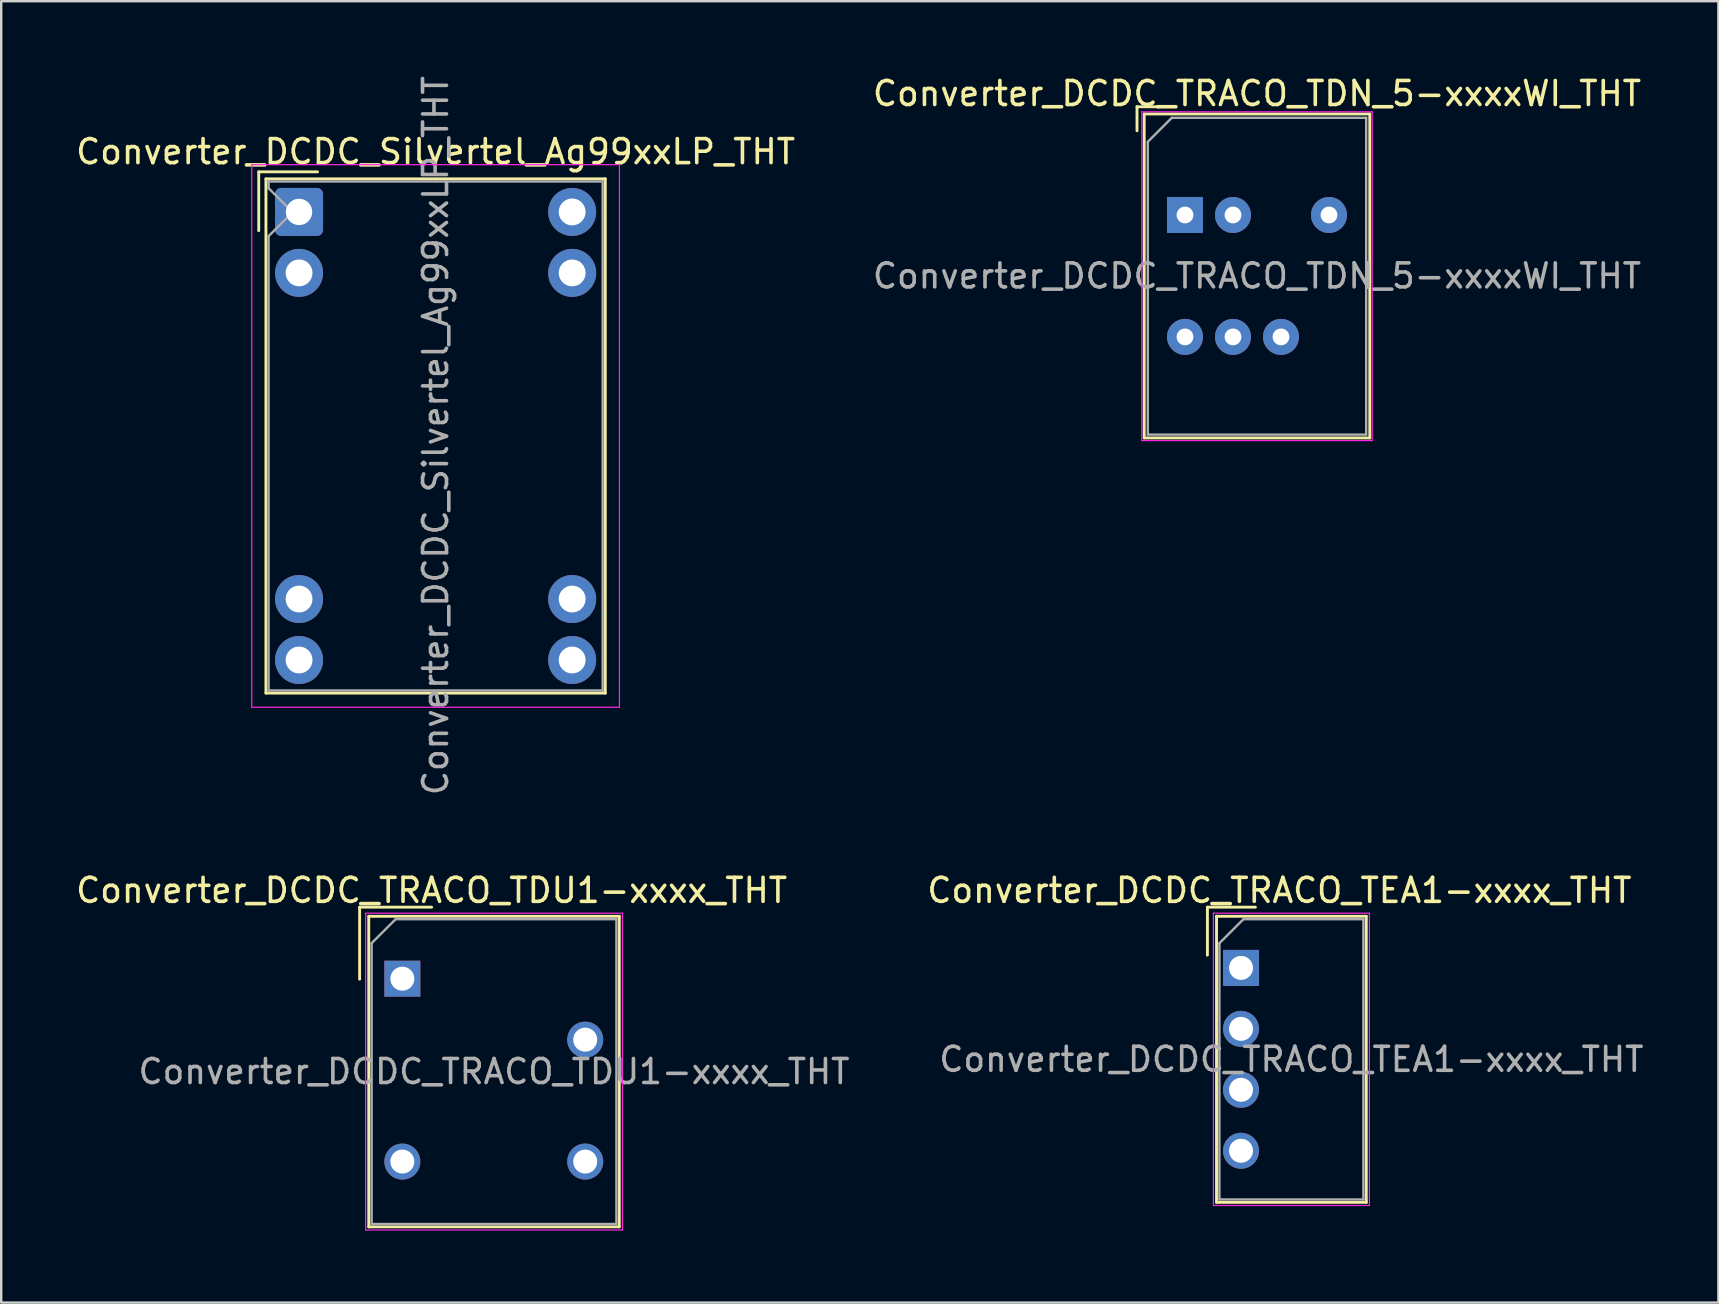
<source format=kicad_pcb>
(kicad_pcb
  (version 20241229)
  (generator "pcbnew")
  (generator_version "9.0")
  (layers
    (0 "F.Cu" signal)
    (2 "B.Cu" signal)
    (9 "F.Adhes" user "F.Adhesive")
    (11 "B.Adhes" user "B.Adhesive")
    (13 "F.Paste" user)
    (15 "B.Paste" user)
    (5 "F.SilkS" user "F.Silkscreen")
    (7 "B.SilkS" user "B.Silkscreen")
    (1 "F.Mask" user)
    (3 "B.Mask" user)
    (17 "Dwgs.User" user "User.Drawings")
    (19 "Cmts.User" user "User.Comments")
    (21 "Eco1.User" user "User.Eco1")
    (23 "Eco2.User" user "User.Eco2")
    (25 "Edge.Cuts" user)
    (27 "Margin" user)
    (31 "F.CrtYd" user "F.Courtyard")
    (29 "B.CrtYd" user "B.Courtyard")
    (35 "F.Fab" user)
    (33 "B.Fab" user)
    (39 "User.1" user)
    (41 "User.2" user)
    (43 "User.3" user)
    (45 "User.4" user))
  (footprint "Converter_DCDC_Silvertel_Ag99xxLP_THT"
    (layer "F.Cu")
    (at 9.411 5.781)
    (property "Reference" "Converter_DCDC_Silvertel_Ag99xxLP_THT" (at 5.69 -2.51 0) (layer "F.SilkS") (effects (font (size 1 1) (thickness 0.15))))
    (attr through_hole)
    (fp_line (start -1.68 -1.67) (end -1.68 0.78) (stroke (width 0.12) (type default)) (layer "F.SilkS"))
    (fp_line (start -1.38 -1.38) (end -1.38 20.05) (stroke (width 0.12) (type solid)) (layer "F.SilkS"))
    (fp_line (start -1.38 -1.38) (end 12.76 -1.38) (stroke (width 0.12) (type solid)) (layer "F.SilkS"))
    (fp_line (start -1.38 20.05) (end 12.76 20.05) (stroke (width 0.12) (type solid)) (layer "F.SilkS"))
    (fp_line (start 0.77 -1.67) (end -1.68 -1.67) (stroke (width 0.12) (type default)) (layer "F.SilkS"))
    (fp_line (start 12.76 -1.38) (end 12.76 20.05) (stroke (width 0.12) (type solid)) (layer "F.SilkS"))
    (fp_line (start -1.97 -1.97) (end -1.97 20.64) (stroke (width 0.05) (type solid)) (layer "F.CrtYd"))
    (fp_line (start -1.97 -1.97) (end 13.35 -1.97) (stroke (width 0.05) (type solid)) (layer "F.CrtYd"))
    (fp_line (start -1.97 20.64) (end 13.35 20.64) (stroke (width 0.05) (type solid)) (layer "F.CrtYd"))
    (fp_line (start 13.35 -1.97) (end 13.35 20.64) (stroke (width 0.05) (type solid)) (layer "F.CrtYd"))
    (fp_line (start -1.31 -1.27) (end 12.65 -1.27) (stroke (width 0.1) (type solid)) (layer "F.Fab"))
    (fp_line (start -1.27 -1.27) (end -1.27 -0.99) (stroke (width 0.1) (type solid)) (layer "F.Fab"))
    (fp_line (start -1.27 -0.99) (end -0.27 0.01) (stroke (width 0.1) (type solid)) (layer "F.Fab"))
    (fp_line (start -1.27 1.01) (end -1.27 19.94) (stroke (width 0.1) (type solid)) (layer "F.Fab"))
    (fp_line (start -1.27 19.94) (end 12.65 19.94) (stroke (width 0.1) (type solid)) (layer "F.Fab"))
    (fp_line (start -0.27 0.01) (end -1.27 1.01) (stroke (width 0.1) (type solid)) (layer "F.Fab"))
    (fp_line (start 12.65 -1.27) (end 12.65 19.94) (stroke (width 0.1) (type solid)) (layer "F.Fab"))
    (fp_text user "${REFERENCE}" (at 5.69 9.32 270) (layer "F.Fab") (effects (font (size 1 1) (thickness 0.15))))
    (pad "1" thru_hole roundrect (at 0 0 270) (size 2 2) (drill 1.1) (layers "*.Cu" "*.Mask") (roundrect_rratio 0.125))
    (pad "2" thru_hole circle (at 0 2.54 270) (size 2 2) (drill 1.12) (layers "*.Cu" "*.Mask"))
    (pad "3" thru_hole circle (at 0 16.13 270) (size 2 2) (drill 1.12) (layers "*.Cu" "*.Mask"))
    (pad "4" thru_hole circle (at 0 18.67 270) (size 2 2) (drill 1.12) (layers "*.Cu" "*.Mask"))
    (pad "5" thru_hole circle (at 11.38 18.67 270) (size 2 2) (drill 1.12) (layers "*.Cu" "*.Mask"))
    (pad "6" thru_hole circle (at 11.38 16.13 270) (size 2 2) (drill 1.12) (layers "*.Cu" "*.Mask"))
    (pad "7" thru_hole circle (at 11.38 2.54 270) (size 2 2) (drill 1.12) (layers "*.Cu" "*.Mask"))
    (pad "8" thru_hole circle (at 11.38 0 270) (size 2 2) (drill 1.12) (layers "*.Cu" "*.Mask"))
    (zone (net_name "") (layers "F.Cu" "Dwgs.User") (name "Underside") (hatch edge 0.5) (connect_pads) (min_thickness 0.25) (filled_areas_thickness no) (keepout (tracks not_allowed) (vias not_allowed) (pads not_allowed) (copperpour not_allowed) (footprints allowed)) (placement (enabled no)) (fill) (polygon (pts (xy 13.431 3.801) (xy 13.431 12.331) (xy 10.121 12.331) (xy 10.121 17.711) (xy 17.231 17.711) (xy 17.231 26.411) (xy 14.231 26.411) (xy 14.231 20.711) (xy 7.121 20.711) (xy 7.121 9.341) (xy 10.431 9.341) (xy 10.431 3.801)))))
  (footprint "Converter_DCDC_TRACO_TDU1-xxxx_THT"
    (layer "F.Cu")
    (at 13.715 37.731)
    (property "Reference" "Converter_DCDC_TRACO_TDU1-xxxx_THT" (at 1.22 -3.68 0) (layer "F.SilkS") (effects (font (size 1 1) (thickness 0.15))))
    (attr through_hole)
    (fp_line (start -1.78 -2.98) (end 1.22 -2.98) (stroke (width 0.12) (type solid)) (layer "F.SilkS"))
    (fp_line (start -1.78 0.02) (end -1.78 -2.98) (stroke (width 0.12) (type solid)) (layer "F.SilkS"))
    (fp_line (start -1.4 -2.6) (end -1.4 10.34) (stroke (width 0.12) (type solid)) (layer "F.SilkS"))
    (fp_line (start -1.4 -2.6) (end 9.04 -2.6) (stroke (width 0.12) (type solid)) (layer "F.SilkS"))
    (fp_line (start -1.4 10.34) (end 9.04 10.34) (stroke (width 0.12) (type solid)) (layer "F.SilkS"))
    (fp_line (start 9.04 -2.6) (end 9.04 10.34) (stroke (width 0.12) (type solid)) (layer "F.SilkS"))
    (fp_line (start -1.53 -2.73) (end -1.53 10.47) (stroke (width 0.05) (type solid)) (layer "F.CrtYd"))
    (fp_line (start -1.53 -2.73) (end 9.17 -2.73) (stroke (width 0.05) (type solid)) (layer "F.CrtYd"))
    (fp_line (start -1.53 10.47) (end 9.17 10.47) (stroke (width 0.05) (type solid)) (layer "F.CrtYd"))
    (fp_line (start 9.17 -2.73) (end 9.17 10.47) (stroke (width 0.05) (type solid)) (layer "F.CrtYd"))
    (fp_line (start -1.28 -1.48) (end -0.28 -2.48) (stroke (width 0.1) (type solid)) (layer "F.Fab"))
    (fp_line (start -1.28 10.22) (end -1.28 -1.48) (stroke (width 0.1) (type solid)) (layer "F.Fab"))
    (fp_line (start -0.28 -2.48) (end 8.92 -2.48) (stroke (width 0.1) (type solid)) (layer "F.Fab"))
    (fp_line (start 8.92 -2.48) (end 8.92 10.22) (stroke (width 0.1) (type solid)) (layer "F.Fab"))
    (fp_line (start 8.92 10.22) (end -1.28 10.22) (stroke (width 0.1) (type solid)) (layer "F.Fab"))
    (fp_text user "${REFERENCE}" (at 3.82 3.87 0) (layer "F.Fab") (effects (font (size 1 1) (thickness 0.15))))
    (pad "1" thru_hole rect (at 0 0) (size 1.5 1.5) (drill 1) (layers "*.Cu" "*.Mask"))
    (pad "4" thru_hole circle (at 0 7.62) (size 1.5 1.5) (drill 1) (layers "*.Cu" "*.Mask"))
    (pad "5" thru_hole circle (at 7.62 7.62) (size 1.5 1.5) (drill 1) (layers "*.Cu" "*.Mask"))
    (pad "7" thru_hole circle (at 7.62 2.54) (size 1.5 1.5) (drill 1) (layers "*.Cu" "*.Mask")))
  (footprint "Converter_DCDC_TRACO_TDN_5-xxxxWI_THT"
    (layer "F.Cu")
    (at 46.327 5.908)
    (property "Reference" "Converter_DCDC_TRACO_TDN_5-xxxxWI_THT" (at 3 -5.06 0) (layer "F.SilkS") (effects (font (size 1 1) (thickness 0.15))))
    (attr through_hole)
    (fp_line (start -2 -4.51) (end -1 -4.51) (stroke (width 0.12) (type solid)) (layer "F.SilkS"))
    (fp_line (start -2 -3.51) (end -2 -4.51) (stroke (width 0.12) (type solid)) (layer "F.SilkS"))
    (fp_line (start -1.7 -4.21) (end 7.7 -4.21) (stroke (width 0.12) (type solid)) (layer "F.SilkS"))
    (fp_line (start -1.7 9.29) (end -1.7 -4.21) (stroke (width 0.12) (type solid)) (layer "F.SilkS"))
    (fp_line (start -1.7 9.29) (end 7.7 9.29) (stroke (width 0.12) (type solid)) (layer "F.SilkS"))
    (fp_line (start 7.7 -4.21) (end 7.7 9.29) (stroke (width 0.12) (type solid)) (layer "F.SilkS"))
    (fp_line (start -1.8 -4.3) (end 7.8 -4.3) (stroke (width 0.05) (type solid)) (layer "F.CrtYd"))
    (fp_line (start -1.8 9.4) (end -1.8 -4.3) (stroke (width 0.05) (type solid)) (layer "F.CrtYd"))
    (fp_line (start 7.8 -4.3) (end 7.8 9.4) (stroke (width 0.05) (type solid)) (layer "F.CrtYd"))
    (fp_line (start 7.8 9.4) (end -1.8 9.4) (stroke (width 0.05) (type solid)) (layer "F.CrtYd"))
    (fp_line (start -1.55 9.15) (end -1.55 -3.05) (stroke (width 0.1) (type solid)) (layer "F.Fab"))
    (fp_line (start -0.55 -4.05) (end -1.55 -3.05) (stroke (width 0.1) (type solid)) (layer "F.Fab"))
    (fp_line (start -0.55 -4.05) (end 7.55 -4.05) (stroke (width 0.1) (type solid)) (layer "F.Fab"))
    (fp_line (start 7.55 -4.05) (end 7.55 9.15) (stroke (width 0.1) (type solid)) (layer "F.Fab"))
    (fp_line (start 7.55 9.15) (end -1.55 9.15) (stroke (width 0.1) (type solid)) (layer "F.Fab"))
    (fp_text user "${REFERENCE}" (at 3 2.54 0) (layer "F.Fab") (effects (font (size 1 1) (thickness 0.15))))
    (pad "1" thru_hole rect (at 0 0) (size 1.5 1.5) (drill 0.7) (layers "*.Cu" "*.Mask"))
    (pad "2" thru_hole circle (at 2 0) (size 1.5 1.5) (drill 0.7) (layers "*.Cu" "*.Mask"))
    (pad "4" thru_hole circle (at 6 0) (size 1.5 1.5) (drill 0.7) (layers "*.Cu" "*.Mask"))
    (pad "5" thru_hole circle (at 0 5.08) (size 1.5 1.5) (drill 0.7) (layers "*.Cu" "*.Mask"))
    (pad "6" thru_hole circle (at 2 5.08) (size 1.5 1.5) (drill 0.7) (layers "*.Cu" "*.Mask"))
    (pad "7" thru_hole circle (at 4 5.08) (size 1.5 1.5) (drill 0.7) (layers "*.Cu" "*.Mask")))
  (footprint "Converter_DCDC_TRACO_TEA1-xxxx_THT"
    (layer "F.Cu")
    (at 48.661 37.281)
    (property "Reference" "Converter_DCDC_TRACO_TEA1-xxxx_THT" (at 1.6 -3.23 0) (layer "F.SilkS") (effects (font (size 1 1) (thickness 0.15))))
    (attr through_hole)
    (fp_line (start -1.4 -2.53) (end 0.6 -2.53) (stroke (width 0.12) (type solid)) (layer "F.SilkS"))
    (fp_line (start -1.4 -0.53) (end -1.4 -2.53) (stroke (width 0.12) (type solid)) (layer "F.SilkS"))
    (fp_line (start -1.02 -2.15) (end -1.02 9.77) (stroke (width 0.12) (type solid)) (layer "F.SilkS"))
    (fp_line (start -1.02 -2.15) (end 5.22 -2.15) (stroke (width 0.12) (type solid)) (layer "F.SilkS"))
    (fp_line (start -1.02 9.77) (end 5.22 9.77) (stroke (width 0.12) (type solid)) (layer "F.SilkS"))
    (fp_line (start 5.22 -2.15) (end 5.22 9.77) (stroke (width 0.12) (type solid)) (layer "F.SilkS"))
    (fp_line (start -1.15 -2.28) (end -1.15 9.9) (stroke (width 0.05) (type solid)) (layer "F.CrtYd"))
    (fp_line (start -1.15 -2.28) (end 5.35 -2.28) (stroke (width 0.05) (type solid)) (layer "F.CrtYd"))
    (fp_line (start -1.15 9.9) (end 5.35 9.9) (stroke (width 0.05) (type solid)) (layer "F.CrtYd"))
    (fp_line (start 5.35 -2.28) (end 5.35 9.9) (stroke (width 0.05) (type solid)) (layer "F.CrtYd"))
    (fp_line (start -0.9 -1.03) (end 0.1 -2.03) (stroke (width 0.1) (type solid)) (layer "F.Fab"))
    (fp_line (start -0.9 9.65) (end -0.9 -1.03) (stroke (width 0.1) (type solid)) (layer "F.Fab"))
    (fp_line (start 0.1 -2.03) (end 5.1 -2.03) (stroke (width 0.1) (type solid)) (layer "F.Fab"))
    (fp_line (start 5.1 -2.03) (end 5.1 9.65) (stroke (width 0.1) (type solid)) (layer "F.Fab"))
    (fp_line (start 5.1 9.65) (end -0.9 9.65) (stroke (width 0.1) (type solid)) (layer "F.Fab"))
    (fp_text user "${REFERENCE}" (at 2.1 3.81 0) (layer "F.Fab") (effects (font (size 1 1) (thickness 0.15))))
    (pad "1" thru_hole rect (at 0 0) (size 1.5 1.5) (drill 1) (layers "*.Cu" "*.Mask"))
    (pad "2" thru_hole circle (at 0 2.54) (size 1.5 1.5) (drill 1) (layers "*.Cu" "*.Mask"))
    (pad "3" thru_hole circle (at 0 5.08) (size 1.5 1.5) (drill 1) (layers "*.Cu" "*.Mask"))
    (pad "4" thru_hole circle (at 0 7.62) (size 1.5 1.5) (drill 1) (layers "*.Cu" "*.Mask")))
  (gr_rect
    (start -3 -3)
    (end 68.552 51.226)
    (stroke (width 0.1) (type default))
    (fill no)
    (layer "Edge.Cuts")))
</source>
